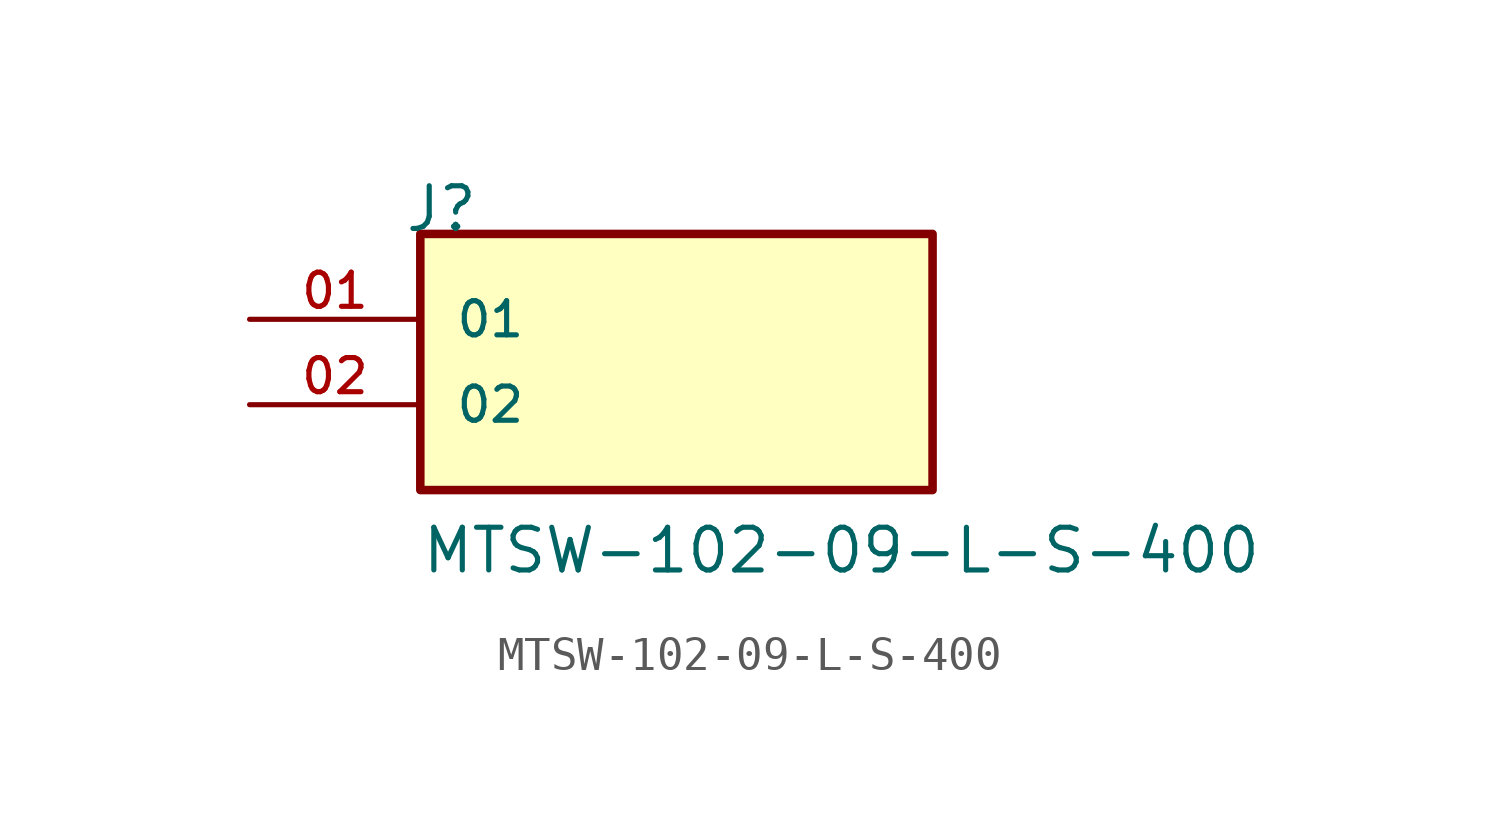
<source format=kicad_sym>
(kicad_symbol_lib
  (version 20211014)
  (generator kicad_symbol_editor)
  (symbol "MTSW-102-09-L-S-400"
    (pin_names
      (offset 1.016))
    (property "Reference" "J"
      (at -8.12 5.08 0)
      (effects (font (size 1.27 1.27)) (justify bottom left)))
    (property "Value" "MTSW-102-09-L-S-400"
      (at -7.62 -5.08 0)
      (effects (font (size 1.27 1.27)) (justify bottom left)))
    (symbol "MTSW-102-09-L-S-400_0_0"
      (rectangle (start -7.62 -2.54) (end 7.62 5.08) (stroke (width 0.254)) (fill (type background)))
      (pin passive line (at -12.7 2.54 0) (length 5.08) (name "01" (effects (font (size 1.016 1.016)))) (number "01" (effects (font (size 1.016 1.016)))))
      (pin passive line (at -12.7 0.0 0) (length 5.08) (name "02" (effects (font (size 1.016 1.016)))) (number "02" (effects (font (size 1.016 1.016))))))))
</source>
